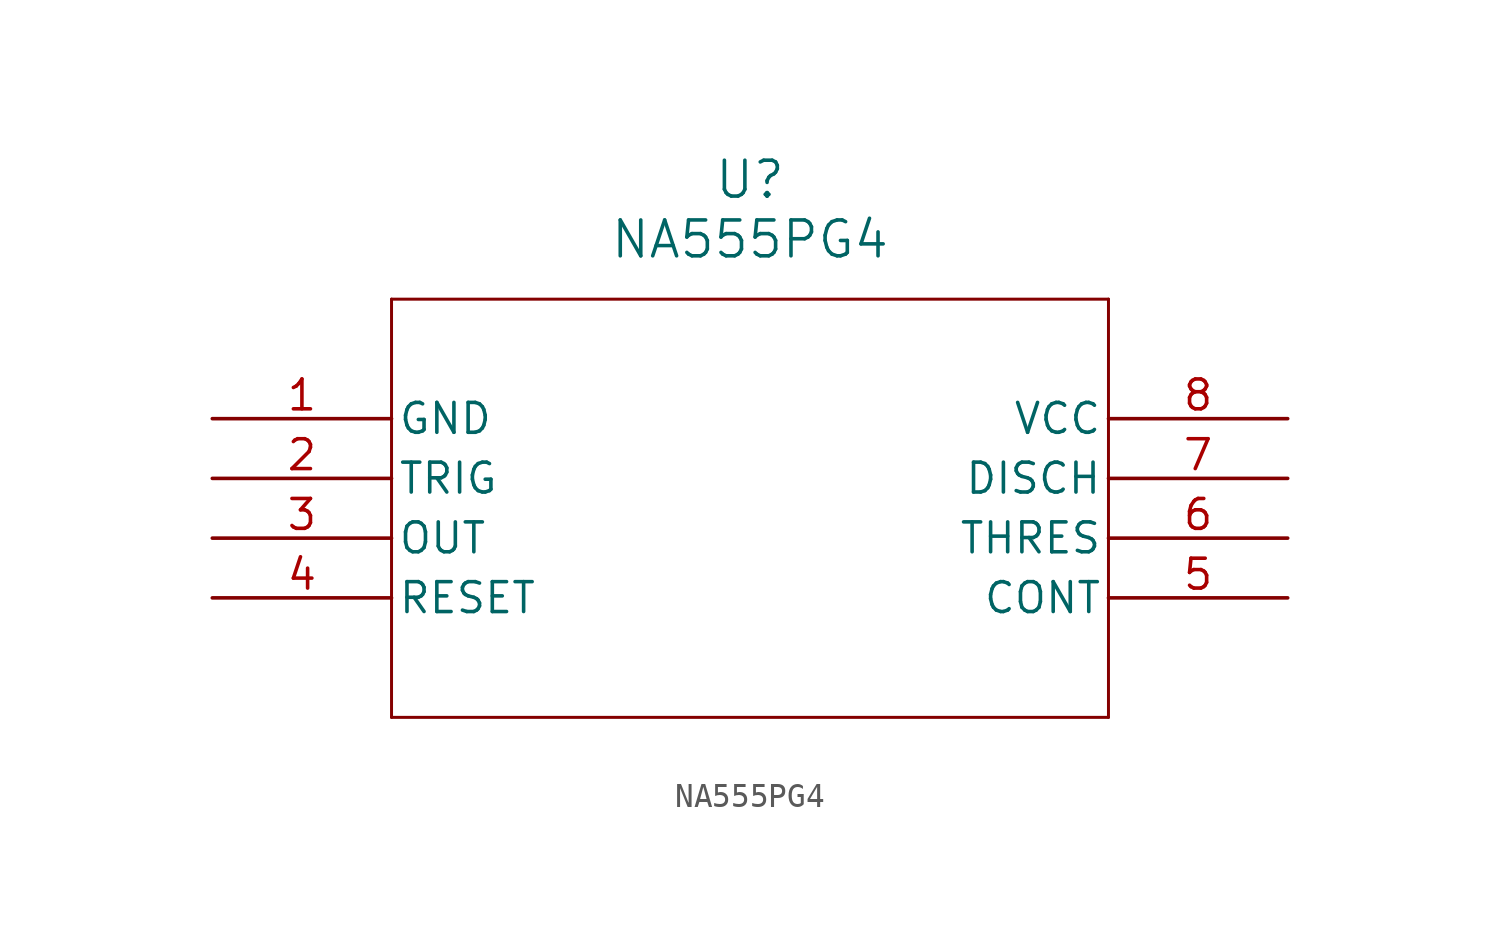
<source format=kicad_sym>
(kicad_symbol_lib
  (version 20211014)
  (generator kicad_symbol_editor)
  (symbol "NA555PG4"
    (pin_names
      (offset 0.254))
    (property "Reference" "U"
      (at 22.86 10.16 0)
      (effects (font (size 1.524 1.524))))
    (property "Value" "NA555PG4"
      (at 22.86 7.62 0)
      (effects (font (size 1.524 1.524))))
    (symbol "NA555PG4_0_1"
      (polyline (pts (xy 7.62 5.08) (xy 7.62 -12.7)) (stroke (width 0.127) (type default) (color 0 0 0 0)) (fill (type none)))
      (polyline (pts (xy 7.62 -12.7) (xy 38.1 -12.7)) (stroke (width 0.127) (type default) (color 0 0 0 0)) (fill (type none)))
      (polyline (pts (xy 38.1 -12.7) (xy 38.1 5.08)) (stroke (width 0.127) (type default) (color 0 0 0 0)) (fill (type none)))
      (polyline (pts (xy 38.1 5.08) (xy 7.62 5.08)) (stroke (width 0.127) (type default) (color 0 0 0 0)) (fill (type none)))
      (pin power_in line (at 0 0 0) (length 7.62) (name "GND" (effects (font (size 1.27 1.27)))) (number "1" (effects (font (size 1.27 1.27)))))
      (pin unspecified line (at 0 -2.54 0) (length 7.62) (name "TRIG" (effects (font (size 1.27 1.27)))) (number "2" (effects (font (size 1.27 1.27)))))
      (pin output line (at 0 -5.08 0) (length 7.62) (name "OUT" (effects (font (size 1.27 1.27)))) (number "3" (effects (font (size 1.27 1.27)))))
      (pin unspecified line (at 0 -7.62 0) (length 7.62) (name "RESET" (effects (font (size 1.27 1.27)))) (number "4" (effects (font (size 1.27 1.27)))))
      (pin unspecified line (at 45.72 -7.62 180) (length 7.62) (name "CONT" (effects (font (size 1.27 1.27)))) (number "5" (effects (font (size 1.27 1.27)))))
      (pin unspecified line (at 45.72 -5.08 180) (length 7.62) (name "THRES" (effects (font (size 1.27 1.27)))) (number "6" (effects (font (size 1.27 1.27)))))
      (pin unspecified line (at 45.72 -2.54 180) (length 7.62) (name "DISCH" (effects (font (size 1.27 1.27)))) (number "7" (effects (font (size 1.27 1.27)))))
      (pin power_in line (at 45.72 0 180) (length 7.62) (name "VCC" (effects (font (size 1.27 1.27)))) (number "8" (effects (font (size 1.27 1.27))))))))
</source>
